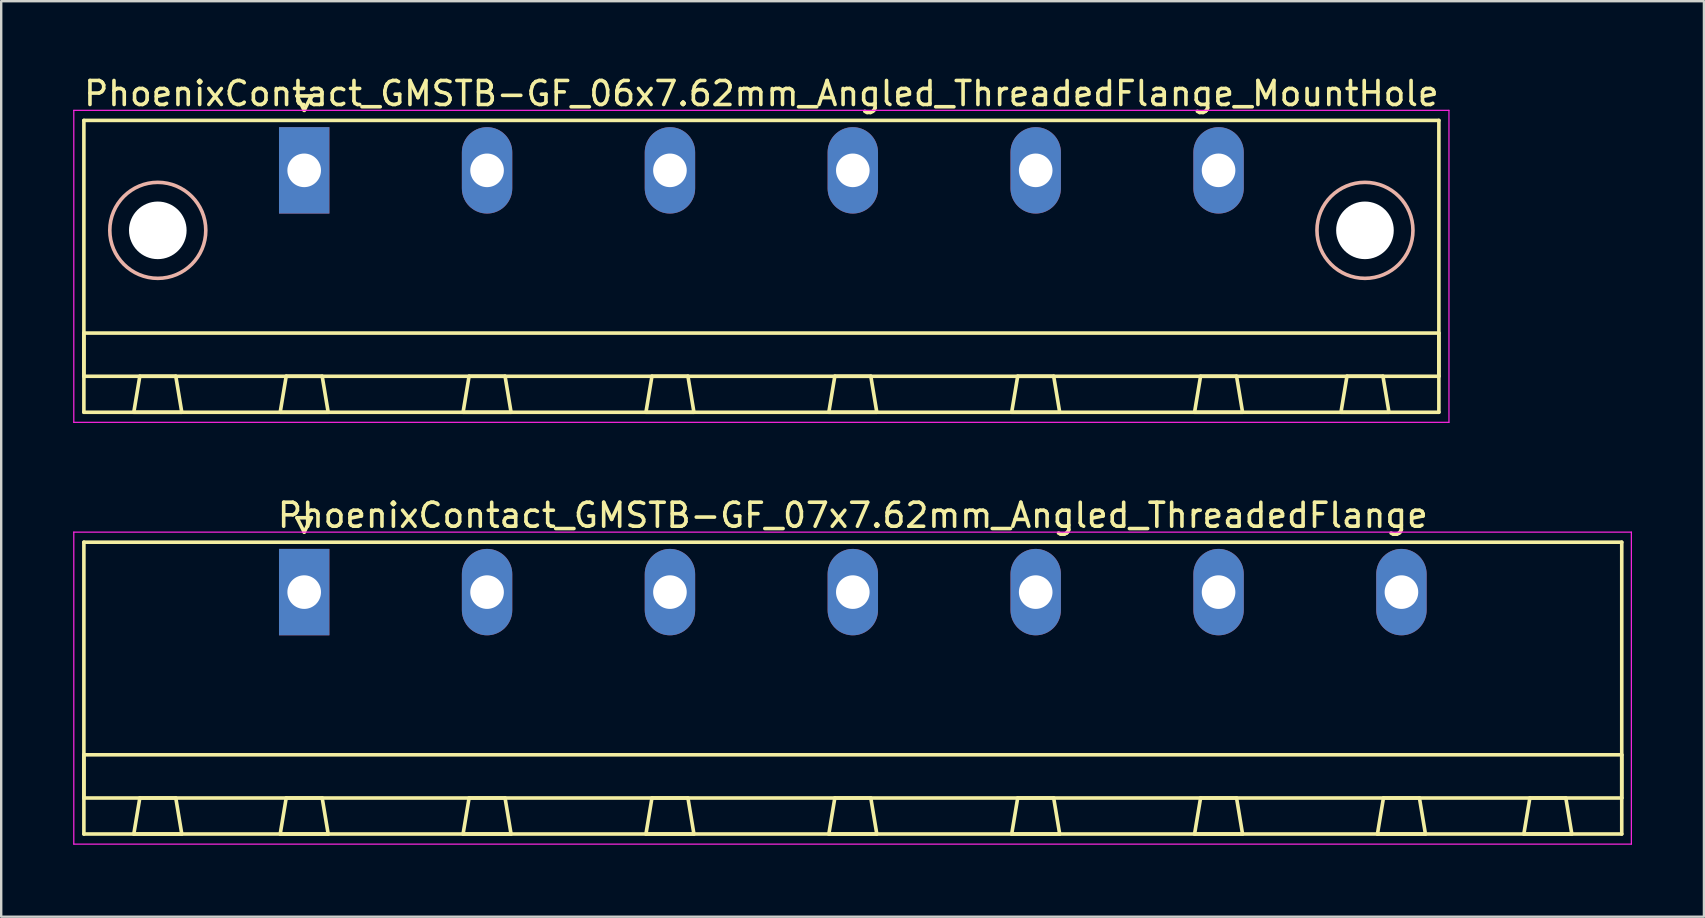
<source format=kicad_pcb>
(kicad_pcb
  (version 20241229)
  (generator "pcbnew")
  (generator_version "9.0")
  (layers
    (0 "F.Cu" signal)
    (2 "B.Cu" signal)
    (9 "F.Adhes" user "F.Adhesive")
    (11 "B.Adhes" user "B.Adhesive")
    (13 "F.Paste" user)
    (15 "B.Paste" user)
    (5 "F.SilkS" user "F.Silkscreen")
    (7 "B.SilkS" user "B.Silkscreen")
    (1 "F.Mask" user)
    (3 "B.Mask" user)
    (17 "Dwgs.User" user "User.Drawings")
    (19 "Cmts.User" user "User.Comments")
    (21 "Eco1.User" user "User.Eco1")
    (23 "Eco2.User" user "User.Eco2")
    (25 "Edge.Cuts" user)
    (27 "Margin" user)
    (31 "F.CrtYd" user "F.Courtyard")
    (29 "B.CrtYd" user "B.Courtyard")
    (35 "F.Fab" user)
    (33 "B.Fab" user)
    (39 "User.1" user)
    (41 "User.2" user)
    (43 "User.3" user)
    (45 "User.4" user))
  (footprint "PhoenixContact_GMSTB-GF_06x7.62mm_Angled_ThreadedFlange_MountHole"
    (layer "F.Cu")
    (at 9.625 4.048)
    (property "Reference" "PhoenixContact_GMSTB-GF_06x7.62mm_Angled_ThreadedFlange_MountHole" (at 19.05 -3.2 0) (layer "F.SilkS") (effects (font (size 1 1) (thickness 0.15))))
    (attr through_hole)
    (fp_line (start -9.18 -2.08) (end -9.18 10.08) (stroke (width 0.15) (type solid)) (layer "F.SilkS"))
    (fp_line (start -9.18 6.78) (end 47.28 6.78) (stroke (width 0.15) (type solid)) (layer "F.SilkS"))
    (fp_line (start -9.18 8.58) (end -9.18 6.78) (stroke (width 0.15) (type solid)) (layer "F.SilkS"))
    (fp_line (start -9.18 10.08) (end 47.28 10.08) (stroke (width 0.15) (type solid)) (layer "F.SilkS"))
    (fp_line (start -7.1 10.08) (end -5.1 10.08) (stroke (width 0.15) (type solid)) (layer "F.SilkS"))
    (fp_line (start -6.85 8.58) (end -7.1 10.08) (stroke (width 0.15) (type solid)) (layer "F.SilkS"))
    (fp_line (start -5.35 8.58) (end -6.85 8.58) (stroke (width 0.15) (type solid)) (layer "F.SilkS"))
    (fp_line (start -5.1 10.08) (end -5.35 8.58) (stroke (width 0.15) (type solid)) (layer "F.SilkS"))
    (fp_line (start -1 10.08) (end 1 10.08) (stroke (width 0.15) (type solid)) (layer "F.SilkS"))
    (fp_line (start -0.75 8.58) (end -1 10.08) (stroke (width 0.15) (type solid)) (layer "F.SilkS"))
    (fp_line (start -0.3 -3.1) (end 0 -2.5) (stroke (width 0.15) (type solid)) (layer "F.SilkS"))
    (fp_line (start 0 -2.5) (end 0.3 -3.1) (stroke (width 0.15) (type solid)) (layer "F.SilkS"))
    (fp_line (start 0.3 -3.1) (end -0.3 -3.1) (stroke (width 0.15) (type solid)) (layer "F.SilkS"))
    (fp_line (start 0.75 8.58) (end -0.75 8.58) (stroke (width 0.15) (type solid)) (layer "F.SilkS"))
    (fp_line (start 1 10.08) (end 0.75 8.58) (stroke (width 0.15) (type solid)) (layer "F.SilkS"))
    (fp_line (start 6.62 10.08) (end 8.62 10.08) (stroke (width 0.15) (type solid)) (layer "F.SilkS"))
    (fp_line (start 6.87 8.58) (end 6.62 10.08) (stroke (width 0.15) (type solid)) (layer "F.SilkS"))
    (fp_line (start 8.37 8.58) (end 6.87 8.58) (stroke (width 0.15) (type solid)) (layer "F.SilkS"))
    (fp_line (start 8.62 10.08) (end 8.37 8.58) (stroke (width 0.15) (type solid)) (layer "F.SilkS"))
    (fp_line (start 14.24 10.08) (end 16.24 10.08) (stroke (width 0.15) (type solid)) (layer "F.SilkS"))
    (fp_line (start 14.49 8.58) (end 14.24 10.08) (stroke (width 0.15) (type solid)) (layer "F.SilkS"))
    (fp_line (start 15.99 8.58) (end 14.49 8.58) (stroke (width 0.15) (type solid)) (layer "F.SilkS"))
    (fp_line (start 16.24 10.08) (end 15.99 8.58) (stroke (width 0.15) (type solid)) (layer "F.SilkS"))
    (fp_line (start 21.86 10.08) (end 23.86 10.08) (stroke (width 0.15) (type solid)) (layer "F.SilkS"))
    (fp_line (start 22.11 8.58) (end 21.86 10.08) (stroke (width 0.15) (type solid)) (layer "F.SilkS"))
    (fp_line (start 23.61 8.58) (end 22.11 8.58) (stroke (width 0.15) (type solid)) (layer "F.SilkS"))
    (fp_line (start 23.86 10.08) (end 23.61 8.58) (stroke (width 0.15) (type solid)) (layer "F.SilkS"))
    (fp_line (start 29.48 10.08) (end 31.48 10.08) (stroke (width 0.15) (type solid)) (layer "F.SilkS"))
    (fp_line (start 29.73 8.58) (end 29.48 10.08) (stroke (width 0.15) (type solid)) (layer "F.SilkS"))
    (fp_line (start 31.23 8.58) (end 29.73 8.58) (stroke (width 0.15) (type solid)) (layer "F.SilkS"))
    (fp_line (start 31.48 10.08) (end 31.23 8.58) (stroke (width 0.15) (type solid)) (layer "F.SilkS"))
    (fp_line (start 37.1 10.08) (end 39.1 10.08) (stroke (width 0.15) (type solid)) (layer "F.SilkS"))
    (fp_line (start 37.35 8.58) (end 37.1 10.08) (stroke (width 0.15) (type solid)) (layer "F.SilkS"))
    (fp_line (start 38.85 8.58) (end 37.35 8.58) (stroke (width 0.15) (type solid)) (layer "F.SilkS"))
    (fp_line (start 39.1 10.08) (end 38.85 8.58) (stroke (width 0.15) (type solid)) (layer "F.SilkS"))
    (fp_line (start 43.2 10.08) (end 45.2 10.08) (stroke (width 0.15) (type solid)) (layer "F.SilkS"))
    (fp_line (start 43.45 8.58) (end 43.2 10.08) (stroke (width 0.15) (type solid)) (layer "F.SilkS"))
    (fp_line (start 44.95 8.58) (end 43.45 8.58) (stroke (width 0.15) (type solid)) (layer "F.SilkS"))
    (fp_line (start 45.2 10.08) (end 44.95 8.58) (stroke (width 0.15) (type solid)) (layer "F.SilkS"))
    (fp_line (start 47.28 -2.08) (end -9.18 -2.08) (stroke (width 0.15) (type solid)) (layer "F.SilkS"))
    (fp_line (start 47.28 6.78) (end 47.28 8.58) (stroke (width 0.15) (type solid)) (layer "F.SilkS"))
    (fp_line (start 47.28 8.58) (end -9.18 8.58) (stroke (width 0.15) (type solid)) (layer "F.SilkS"))
    (fp_line (start 47.28 10.08) (end 47.28 -2.08) (stroke (width 0.15) (type solid)) (layer "F.SilkS"))
    (fp_circle (center -6.1 2.5) (end -4.1 2.5) (stroke (width 0.15) (type solid)) (fill no) (layer "B.SilkS"))
    (fp_circle (center 44.2 2.5) (end 46.2 2.5) (stroke (width 0.15) (type solid)) (fill no) (layer "B.SilkS"))
    (fp_line (start -9.6 -2.5) (end -9.6 10.5) (stroke (width 0.05) (type solid)) (layer "F.CrtYd"))
    (fp_line (start -9.6 10.5) (end 47.7 10.5) (stroke (width 0.05) (type solid)) (layer "F.CrtYd"))
    (fp_line (start 47.7 -2.5) (end -9.6 -2.5) (stroke (width 0.05) (type solid)) (layer "F.CrtYd"))
    (fp_line (start 47.7 10.5) (end 47.7 -2.5) (stroke (width 0.05) (type solid)) (layer "F.CrtYd"))
    (pad "" np_thru_hole circle (at -6.1 2.5) (size 2.4 2.4) (drill 2.4) (layers "*.Cu" "*.Mask"))
    (pad "" np_thru_hole circle (at 44.2 2.5) (size 2.4 2.4) (drill 2.4) (layers "*.Cu" "*.Mask"))
    (pad "1" thru_hole rect (at 0 0) (size 2.1 3.6) (drill 1.4) (layers "*.Cu" "*.Mask"))
    (pad "2" thru_hole oval (at 7.62 0) (size 2.1 3.6) (drill 1.4) (layers "*.Cu" "*.Mask"))
    (pad "3" thru_hole oval (at 15.24 0) (size 2.1 3.6) (drill 1.4) (layers "*.Cu" "*.Mask"))
    (pad "4" thru_hole oval (at 22.86 0) (size 2.1 3.6) (drill 1.4) (layers "*.Cu" "*.Mask"))
    (pad "5" thru_hole oval (at 30.48 0) (size 2.1 3.6) (drill 1.4) (layers "*.Cu" "*.Mask"))
    (pad "6" thru_hole oval (at 38.1 0) (size 2.1 3.6) (drill 1.4) (layers "*.Cu" "*.Mask")))
  (footprint "PhoenixContact_GMSTB-GF_07x7.62mm_Angled_ThreadedFlange"
    (layer "F.Cu")
    (at 9.625 21.622)
    (property "Reference" "PhoenixContact_GMSTB-GF_07x7.62mm_Angled_ThreadedFlange" (at 22.86 -3.2 0) (layer "F.SilkS") (effects (font (size 1 1) (thickness 0.15))))
    (attr through_hole)
    (fp_line (start -9.18 -2.08) (end -9.18 10.08) (stroke (width 0.15) (type solid)) (layer "F.SilkS"))
    (fp_line (start -9.18 6.78) (end 54.9 6.78) (stroke (width 0.15) (type solid)) (layer "F.SilkS"))
    (fp_line (start -9.18 8.58) (end -9.18 6.78) (stroke (width 0.15) (type solid)) (layer "F.SilkS"))
    (fp_line (start -9.18 10.08) (end 54.9 10.08) (stroke (width 0.15) (type solid)) (layer "F.SilkS"))
    (fp_line (start -7.1 10.08) (end -5.1 10.08) (stroke (width 0.15) (type solid)) (layer "F.SilkS"))
    (fp_line (start -6.85 8.58) (end -7.1 10.08) (stroke (width 0.15) (type solid)) (layer "F.SilkS"))
    (fp_line (start -5.35 8.58) (end -6.85 8.58) (stroke (width 0.15) (type solid)) (layer "F.SilkS"))
    (fp_line (start -5.1 10.08) (end -5.35 8.58) (stroke (width 0.15) (type solid)) (layer "F.SilkS"))
    (fp_line (start -1 10.08) (end 1 10.08) (stroke (width 0.15) (type solid)) (layer "F.SilkS"))
    (fp_line (start -0.75 8.58) (end -1 10.08) (stroke (width 0.15) (type solid)) (layer "F.SilkS"))
    (fp_line (start -0.3 -3.1) (end 0 -2.5) (stroke (width 0.15) (type solid)) (layer "F.SilkS"))
    (fp_line (start 0 -2.5) (end 0.3 -3.1) (stroke (width 0.15) (type solid)) (layer "F.SilkS"))
    (fp_line (start 0.3 -3.1) (end -0.3 -3.1) (stroke (width 0.15) (type solid)) (layer "F.SilkS"))
    (fp_line (start 0.75 8.58) (end -0.75 8.58) (stroke (width 0.15) (type solid)) (layer "F.SilkS"))
    (fp_line (start 1 10.08) (end 0.75 8.58) (stroke (width 0.15) (type solid)) (layer "F.SilkS"))
    (fp_line (start 6.62 10.08) (end 8.62 10.08) (stroke (width 0.15) (type solid)) (layer "F.SilkS"))
    (fp_line (start 6.87 8.58) (end 6.62 10.08) (stroke (width 0.15) (type solid)) (layer "F.SilkS"))
    (fp_line (start 8.37 8.58) (end 6.87 8.58) (stroke (width 0.15) (type solid)) (layer "F.SilkS"))
    (fp_line (start 8.62 10.08) (end 8.37 8.58) (stroke (width 0.15) (type solid)) (layer "F.SilkS"))
    (fp_line (start 14.24 10.08) (end 16.24 10.08) (stroke (width 0.15) (type solid)) (layer "F.SilkS"))
    (fp_line (start 14.49 8.58) (end 14.24 10.08) (stroke (width 0.15) (type solid)) (layer "F.SilkS"))
    (fp_line (start 15.99 8.58) (end 14.49 8.58) (stroke (width 0.15) (type solid)) (layer "F.SilkS"))
    (fp_line (start 16.24 10.08) (end 15.99 8.58) (stroke (width 0.15) (type solid)) (layer "F.SilkS"))
    (fp_line (start 21.86 10.08) (end 23.86 10.08) (stroke (width 0.15) (type solid)) (layer "F.SilkS"))
    (fp_line (start 22.11 8.58) (end 21.86 10.08) (stroke (width 0.15) (type solid)) (layer "F.SilkS"))
    (fp_line (start 23.61 8.58) (end 22.11 8.58) (stroke (width 0.15) (type solid)) (layer "F.SilkS"))
    (fp_line (start 23.86 10.08) (end 23.61 8.58) (stroke (width 0.15) (type solid)) (layer "F.SilkS"))
    (fp_line (start 29.48 10.08) (end 31.48 10.08) (stroke (width 0.15) (type solid)) (layer "F.SilkS"))
    (fp_line (start 29.73 8.58) (end 29.48 10.08) (stroke (width 0.15) (type solid)) (layer "F.SilkS"))
    (fp_line (start 31.23 8.58) (end 29.73 8.58) (stroke (width 0.15) (type solid)) (layer "F.SilkS"))
    (fp_line (start 31.48 10.08) (end 31.23 8.58) (stroke (width 0.15) (type solid)) (layer "F.SilkS"))
    (fp_line (start 37.1 10.08) (end 39.1 10.08) (stroke (width 0.15) (type solid)) (layer "F.SilkS"))
    (fp_line (start 37.35 8.58) (end 37.1 10.08) (stroke (width 0.15) (type solid)) (layer "F.SilkS"))
    (fp_line (start 38.85 8.58) (end 37.35 8.58) (stroke (width 0.15) (type solid)) (layer "F.SilkS"))
    (fp_line (start 39.1 10.08) (end 38.85 8.58) (stroke (width 0.15) (type solid)) (layer "F.SilkS"))
    (fp_line (start 44.72 10.08) (end 46.72 10.08) (stroke (width 0.15) (type solid)) (layer "F.SilkS"))
    (fp_line (start 44.97 8.58) (end 44.72 10.08) (stroke (width 0.15) (type solid)) (layer "F.SilkS"))
    (fp_line (start 46.47 8.58) (end 44.97 8.58) (stroke (width 0.15) (type solid)) (layer "F.SilkS"))
    (fp_line (start 46.72 10.08) (end 46.47 8.58) (stroke (width 0.15) (type solid)) (layer "F.SilkS"))
    (fp_line (start 50.82 10.08) (end 52.82 10.08) (stroke (width 0.15) (type solid)) (layer "F.SilkS"))
    (fp_line (start 51.07 8.58) (end 50.82 10.08) (stroke (width 0.15) (type solid)) (layer "F.SilkS"))
    (fp_line (start 52.57 8.58) (end 51.07 8.58) (stroke (width 0.15) (type solid)) (layer "F.SilkS"))
    (fp_line (start 52.82 10.08) (end 52.57 8.58) (stroke (width 0.15) (type solid)) (layer "F.SilkS"))
    (fp_line (start 54.9 -2.08) (end -9.18 -2.08) (stroke (width 0.15) (type solid)) (layer "F.SilkS"))
    (fp_line (start 54.9 6.78) (end 54.9 8.58) (stroke (width 0.15) (type solid)) (layer "F.SilkS"))
    (fp_line (start 54.9 8.58) (end -9.18 8.58) (stroke (width 0.15) (type solid)) (layer "F.SilkS"))
    (fp_line (start 54.9 10.08) (end 54.9 -2.08) (stroke (width 0.15) (type solid)) (layer "F.SilkS"))
    (fp_line (start -9.6 -2.5) (end -9.6 10.5) (stroke (width 0.05) (type solid)) (layer "F.CrtYd"))
    (fp_line (start -9.6 10.5) (end 55.3 10.5) (stroke (width 0.05) (type solid)) (layer "F.CrtYd"))
    (fp_line (start 55.3 -2.5) (end -9.6 -2.5) (stroke (width 0.05) (type solid)) (layer "F.CrtYd"))
    (fp_line (start 55.3 10.5) (end 55.3 -2.5) (stroke (width 0.05) (type solid)) (layer "F.CrtYd"))
    (pad "1" thru_hole rect (at 0 0) (size 2.1 3.6) (drill 1.4) (layers "*.Cu" "*.Mask"))
    (pad "2" thru_hole oval (at 7.62 0) (size 2.1 3.6) (drill 1.4) (layers "*.Cu" "*.Mask"))
    (pad "3" thru_hole oval (at 15.24 0) (size 2.1 3.6) (drill 1.4) (layers "*.Cu" "*.Mask"))
    (pad "4" thru_hole oval (at 22.86 0) (size 2.1 3.6) (drill 1.4) (layers "*.Cu" "*.Mask"))
    (pad "5" thru_hole oval (at 30.48 0) (size 2.1 3.6) (drill 1.4) (layers "*.Cu" "*.Mask"))
    (pad "6" thru_hole oval (at 38.1 0) (size 2.1 3.6) (drill 1.4) (layers "*.Cu" "*.Mask"))
    (pad "7" thru_hole oval (at 45.72 0) (size 2.1 3.6) (drill 1.4) (layers "*.Cu" "*.Mask")))
  (gr_rect
    (start -3 -3)
    (end 67.95 35.147)
    (stroke (width 0.1) (type default))
    (fill no)
    (layer "Edge.Cuts")))
</source>
